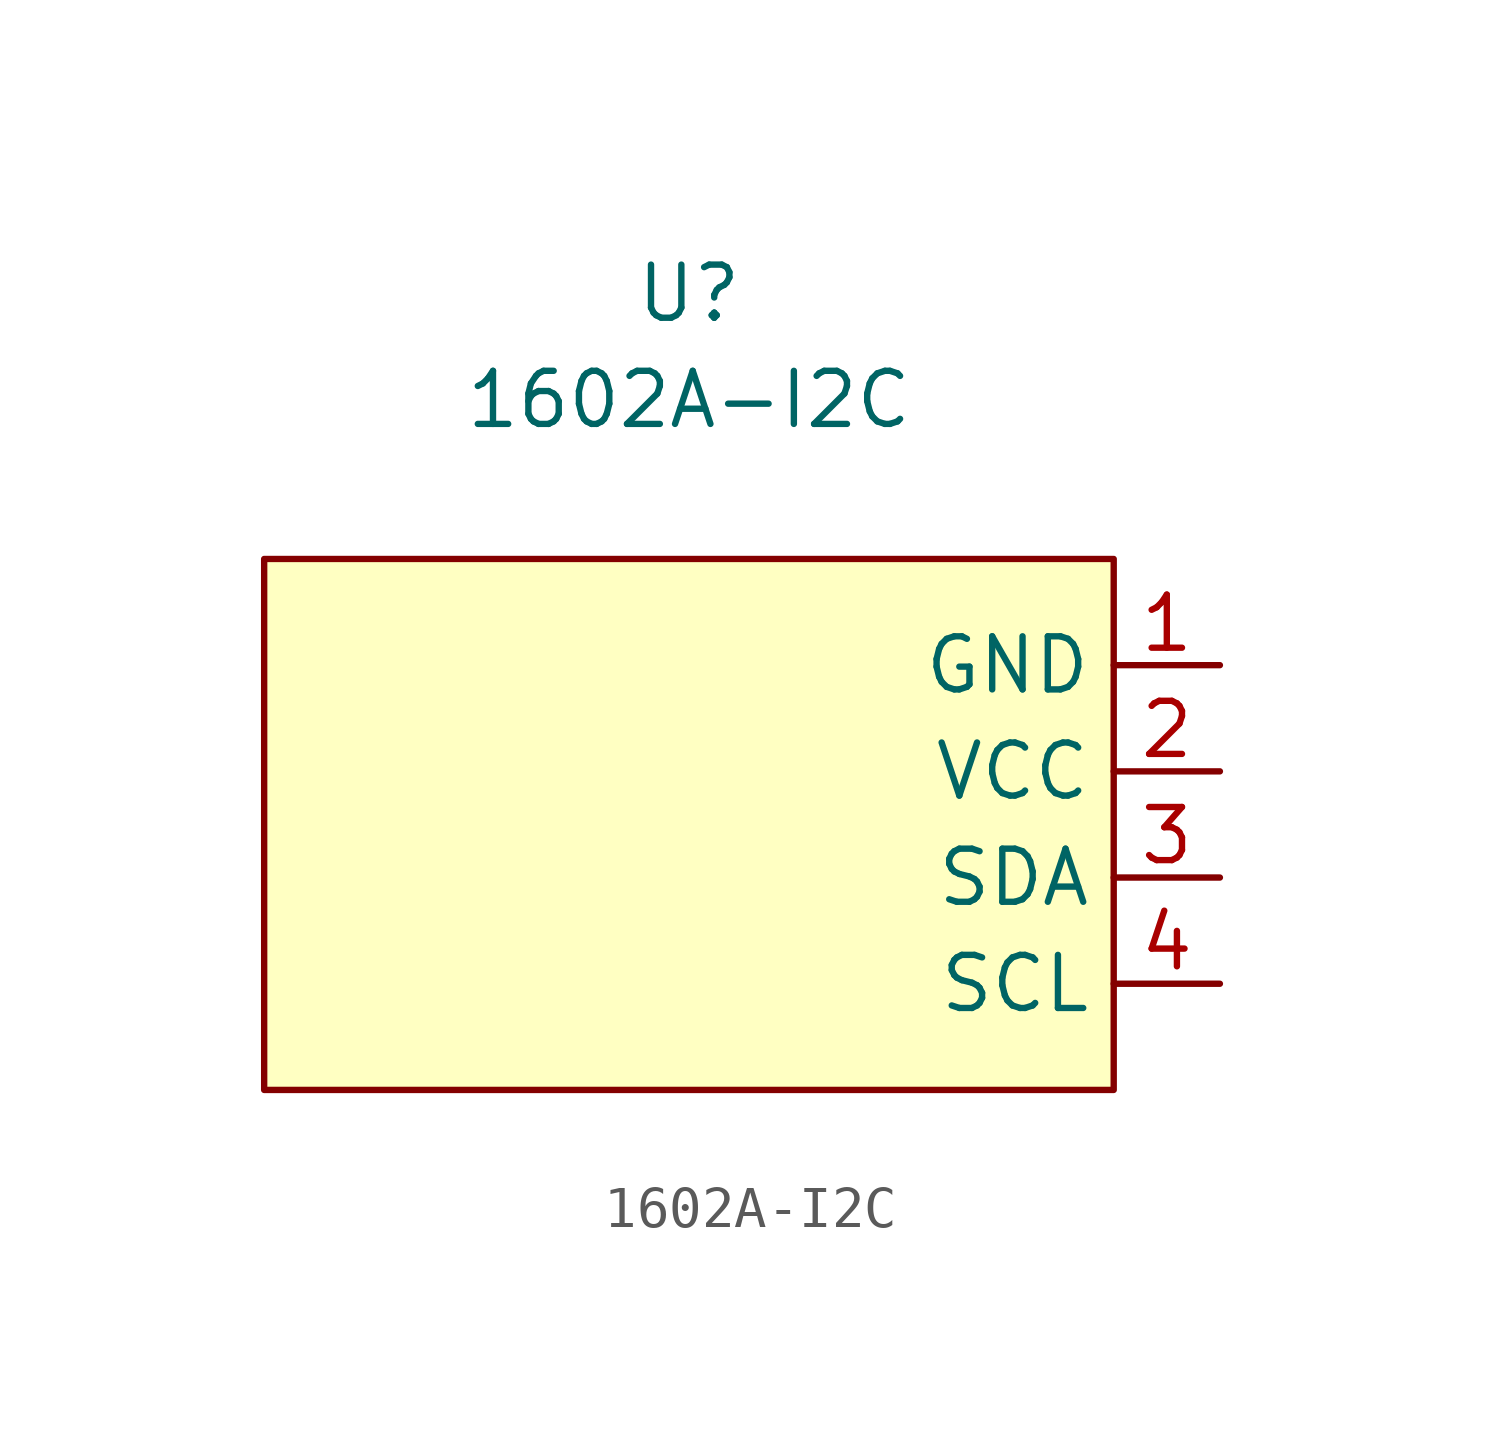
<source format=kicad_sym>
(kicad_symbol_lib
  (version 20211014)
  (generator kicad_symbol_editor)
  (symbol "1602A-I2C"
    (property "Reference" "U"
      (at 0 0 0)
      (effects (font (size 1.27 1.27))))
    (property "Value" "1602A-I2C"
      (at 0 -2.54 0)
      (effects (font (size 1.27 1.27))))
    (symbol "1602A-I2C_0_1"
      (rectangle (start -10.16 -6.35) (end 10.16 -19.05) (stroke (width 0) (type default) (color 0 0 0 0)) (fill (type background))))
    (symbol "1602A-I2C_1_1"
      (pin power_in line (at 12.7 -8.89 180) (length 2.54) (name "GND" (effects (font (size 1.27 1.27)))) (number "1" (effects (font (size 1.27 1.27)))))
      (pin power_in line (at 12.7 -11.43 180) (length 2.54) (name "VCC" (effects (font (size 1.27 1.27)))) (number "2" (effects (font (size 1.27 1.27)))))
      (pin bidirectional line (at 12.7 -13.97 180) (length 2.54) (name "SDA" (effects (font (size 1.27 1.27)))) (number "3" (effects (font (size 1.27 1.27)))))
      (pin input line (at 12.7 -16.51 180) (length 2.54) (name "SCL" (effects (font (size 1.27 1.27)))) (number "4" (effects (font (size 1.27 1.27))))))))
</source>
